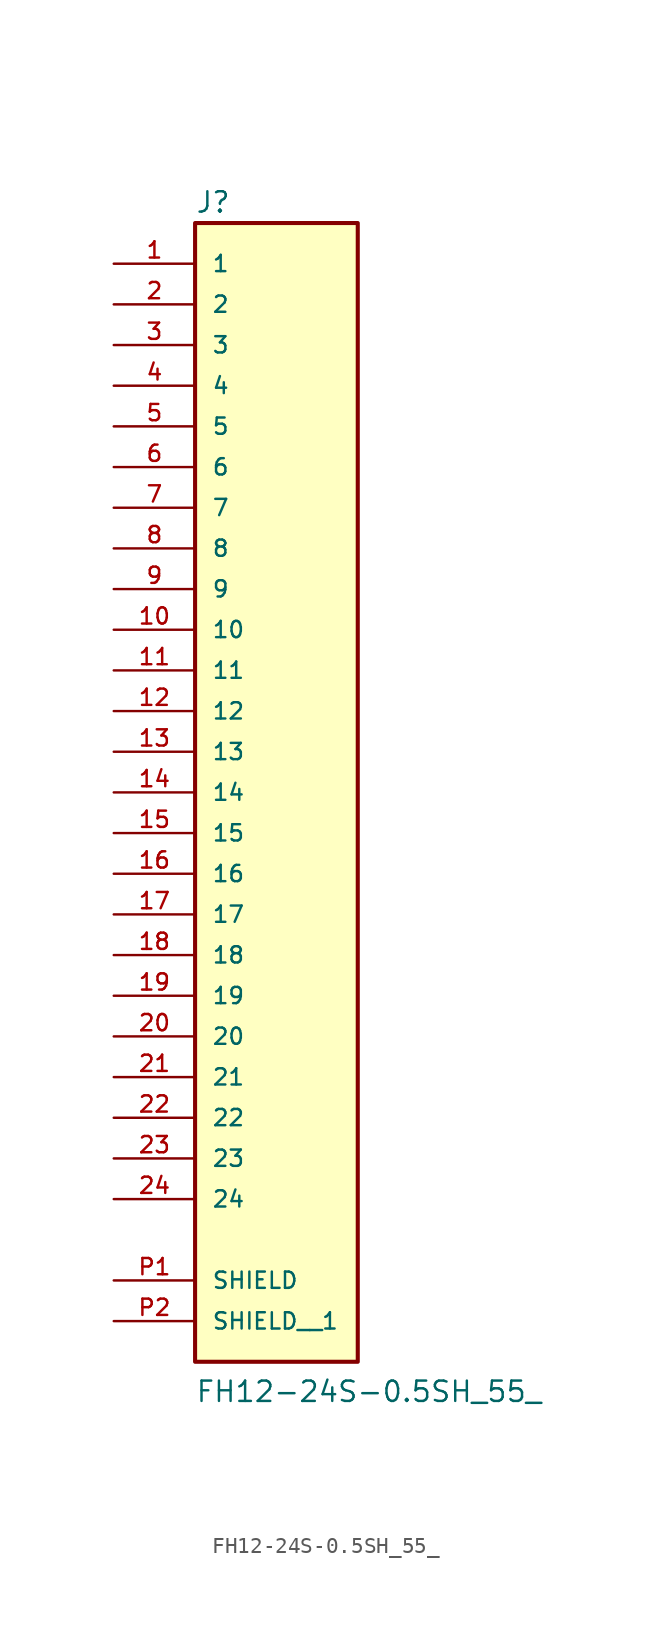
<source format=kicad_sym>
(kicad_symbol_lib
  (version 20211014)
  (generator kicad_symbol_editor)
  (symbol "FH12-24S-0.5SH_55_"
    (pin_names
      (offset 1.016))
    (property "Reference" "J"
      (at -5.08 36.112 0)
      (effects (font (size 1.27 1.27)) (justify bottom left)))
    (property "Value" "FH12-24S-0.5SH_55_"
      (at -5.08 -38.168 0)
      (effects (font (size 1.27 1.27)) (justify bottom left)))
    (symbol "FH12-24S-0.5SH_55__0_0"
      (rectangle (start -5.08 -35.56) (end 5.08 35.56) (stroke (width 0.254)) (fill (type background)))
      (pin passive line (at -10.16 33.02 0) (length 5.08) (name "1" (effects (font (size 1.016 1.016)))) (number "1" (effects (font (size 1.016 1.016)))))
      (pin passive line (at -10.16 30.48 0) (length 5.08) (name "2" (effects (font (size 1.016 1.016)))) (number "2" (effects (font (size 1.016 1.016)))))
      (pin passive line (at -10.16 27.94 0) (length 5.08) (name "3" (effects (font (size 1.016 1.016)))) (number "3" (effects (font (size 1.016 1.016)))))
      (pin passive line (at -10.16 25.4 0) (length 5.08) (name "4" (effects (font (size 1.016 1.016)))) (number "4" (effects (font (size 1.016 1.016)))))
      (pin passive line (at -10.16 22.86 0) (length 5.08) (name "5" (effects (font (size 1.016 1.016)))) (number "5" (effects (font (size 1.016 1.016)))))
      (pin passive line (at -10.16 20.32 0) (length 5.08) (name "6" (effects (font (size 1.016 1.016)))) (number "6" (effects (font (size 1.016 1.016)))))
      (pin passive line (at -10.16 17.78 0) (length 5.08) (name "7" (effects (font (size 1.016 1.016)))) (number "7" (effects (font (size 1.016 1.016)))))
      (pin passive line (at -10.16 15.24 0) (length 5.08) (name "8" (effects (font (size 1.016 1.016)))) (number "8" (effects (font (size 1.016 1.016)))))
      (pin passive line (at -10.16 12.7 0) (length 5.08) (name "9" (effects (font (size 1.016 1.016)))) (number "9" (effects (font (size 1.016 1.016)))))
      (pin passive line (at -10.16 10.16 0) (length 5.08) (name "10" (effects (font (size 1.016 1.016)))) (number "10" (effects (font (size 1.016 1.016)))))
      (pin passive line (at -10.16 7.62 0) (length 5.08) (name "11" (effects (font (size 1.016 1.016)))) (number "11" (effects (font (size 1.016 1.016)))))
      (pin passive line (at -10.16 5.08 0) (length 5.08) (name "12" (effects (font (size 1.016 1.016)))) (number "12" (effects (font (size 1.016 1.016)))))
      (pin passive line (at -10.16 2.54 0) (length 5.08) (name "13" (effects (font (size 1.016 1.016)))) (number "13" (effects (font (size 1.016 1.016)))))
      (pin passive line (at -10.16 0.0 0) (length 5.08) (name "14" (effects (font (size 1.016 1.016)))) (number "14" (effects (font (size 1.016 1.016)))))
      (pin passive line (at -10.16 -2.54 0) (length 5.08) (name "15" (effects (font (size 1.016 1.016)))) (number "15" (effects (font (size 1.016 1.016)))))
      (pin passive line (at -10.16 -5.08 0) (length 5.08) (name "16" (effects (font (size 1.016 1.016)))) (number "16" (effects (font (size 1.016 1.016)))))
      (pin passive line (at -10.16 -7.62 0) (length 5.08) (name "17" (effects (font (size 1.016 1.016)))) (number "17" (effects (font (size 1.016 1.016)))))
      (pin passive line (at -10.16 -10.16 0) (length 5.08) (name "18" (effects (font (size 1.016 1.016)))) (number "18" (effects (font (size 1.016 1.016)))))
      (pin passive line (at -10.16 -12.7 0) (length 5.08) (name "19" (effects (font (size 1.016 1.016)))) (number "19" (effects (font (size 1.016 1.016)))))
      (pin passive line (at -10.16 -15.24 0) (length 5.08) (name "20" (effects (font (size 1.016 1.016)))) (number "20" (effects (font (size 1.016 1.016)))))
      (pin passive line (at -10.16 -17.78 0) (length 5.08) (name "21" (effects (font (size 1.016 1.016)))) (number "21" (effects (font (size 1.016 1.016)))))
      (pin passive line (at -10.16 -20.32 0) (length 5.08) (name "22" (effects (font (size 1.016 1.016)))) (number "22" (effects (font (size 1.016 1.016)))))
      (pin passive line (at -10.16 -22.86 0) (length 5.08) (name "23" (effects (font (size 1.016 1.016)))) (number "23" (effects (font (size 1.016 1.016)))))
      (pin passive line (at -10.16 -25.4 0) (length 5.08) (name "24" (effects (font (size 1.016 1.016)))) (number "24" (effects (font (size 1.016 1.016)))))
      (pin passive line (at -10.16 -30.48 0) (length 5.08) (name "SHIELD" (effects (font (size 1.016 1.016)))) (number "P1" (effects (font (size 1.016 1.016)))))
      (pin passive line (at -10.16 -33.02 0) (length 5.08) (name "SHIELD__1" (effects (font (size 1.016 1.016)))) (number "P2" (effects (font (size 1.016 1.016))))))))
</source>
